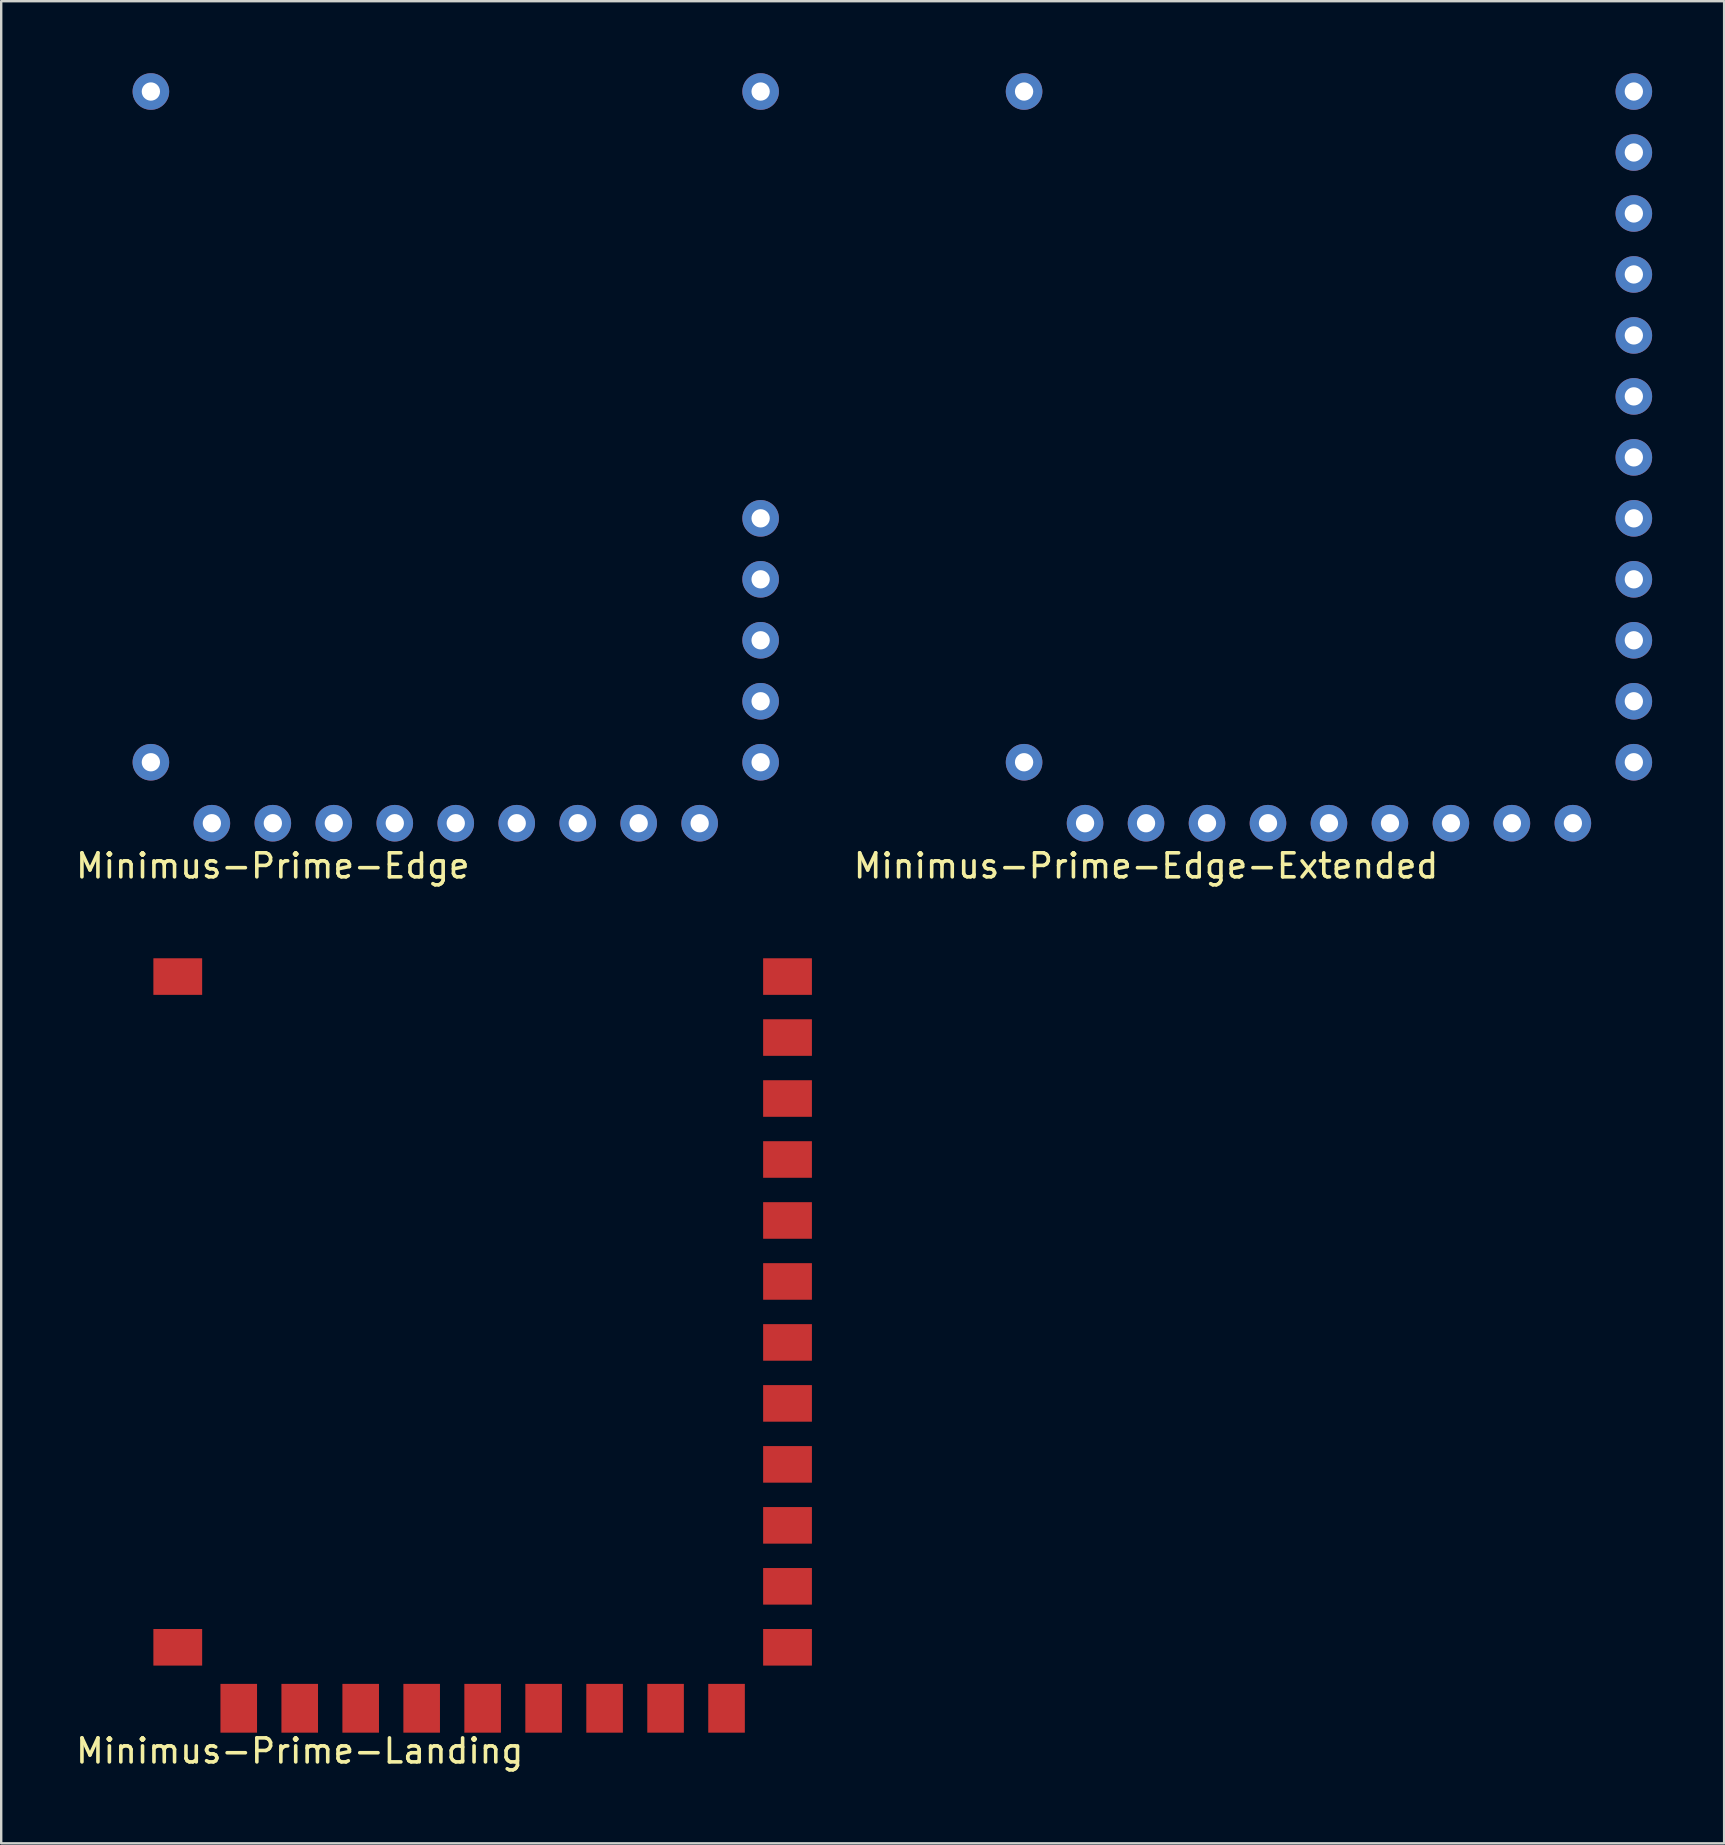
<source format=kicad_pcb>
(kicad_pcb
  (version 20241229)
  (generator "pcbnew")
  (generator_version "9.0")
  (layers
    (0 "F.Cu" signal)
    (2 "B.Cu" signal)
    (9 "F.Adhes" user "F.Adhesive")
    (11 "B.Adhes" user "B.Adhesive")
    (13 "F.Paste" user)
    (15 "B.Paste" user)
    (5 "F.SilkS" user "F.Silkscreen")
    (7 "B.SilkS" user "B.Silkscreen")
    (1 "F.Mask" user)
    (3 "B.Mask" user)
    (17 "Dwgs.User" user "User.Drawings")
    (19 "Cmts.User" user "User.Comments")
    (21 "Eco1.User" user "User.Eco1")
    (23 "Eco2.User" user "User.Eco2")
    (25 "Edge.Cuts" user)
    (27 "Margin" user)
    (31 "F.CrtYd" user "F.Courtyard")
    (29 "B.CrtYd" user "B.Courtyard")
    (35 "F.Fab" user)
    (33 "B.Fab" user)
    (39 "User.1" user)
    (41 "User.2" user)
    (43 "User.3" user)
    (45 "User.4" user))
  (footprint "Minimus-Prime-Edge"
    (layer "F.Cu")
    (at 5.775 31.242)
    (property "Reference" "Minimus-Prime-Edge" (at 2.54 1.778 0) (layer "F.SilkS") (effects (font (size 1 1) (thickness 0.15))))
    (attr through_hole)
    (pad "1" thru_hole circle (at -2.54 -2.54) (size 1.524 1.524) (drill 0.762) (layers "*.Cu" "*.Mask"))
    (pad "2" thru_hole circle (at 0 0) (size 1.524 1.524) (drill 0.762) (layers "*.Cu" "*.Mask"))
    (pad "3" thru_hole circle (at 2.54 0) (size 1.524 1.524) (drill 0.762) (layers "*.Cu" "*.Mask"))
    (pad "4" thru_hole circle (at 5.08 0) (size 1.524 1.524) (drill 0.762) (layers "*.Cu" "*.Mask"))
    (pad "5" thru_hole circle (at 7.62 0) (size 1.524 1.524) (drill 0.762) (layers "*.Cu" "*.Mask"))
    (pad "6" thru_hole circle (at 10.16 0) (size 1.524 1.524) (drill 0.762) (layers "*.Cu" "*.Mask"))
    (pad "7" thru_hole circle (at 12.7 0) (size 1.524 1.524) (drill 0.762) (layers "*.Cu" "*.Mask"))
    (pad "8" thru_hole circle (at 15.24 0) (size 1.524 1.524) (drill 0.762) (layers "*.Cu" "*.Mask"))
    (pad "9" thru_hole circle (at 17.78 0) (size 1.524 1.524) (drill 0.762) (layers "*.Cu" "*.Mask"))
    (pad "10" thru_hole circle (at 20.32 0) (size 1.524 1.524) (drill 0.762) (layers "*.Cu" "*.Mask"))
    (pad "11" thru_hole circle (at 22.86 -2.54) (size 1.524 1.524) (drill 0.762) (layers "*.Cu" "*.Mask"))
    (pad "12" thru_hole circle (at 22.86 -5.08) (size 1.524 1.524) (drill 0.762) (layers "*.Cu" "*.Mask"))
    (pad "13" thru_hole circle (at 22.86 -7.62) (size 1.524 1.524) (drill 0.762) (layers "*.Cu" "*.Mask"))
    (pad "14" thru_hole circle (at 22.86 -10.16) (size 1.524 1.524) (drill 0.762) (layers "*.Cu" "*.Mask"))
    (pad "15" thru_hole circle (at 22.86 -12.7) (size 1.524 1.524) (drill 0.762) (layers "*.Cu" "*.Mask"))
    (pad "16" thru_hole circle (at 22.86 -30.48) (size 1.524 1.524) (drill 0.762) (layers "*.Cu" "*.Mask"))
    (pad "17" thru_hole circle (at -2.54 -30.48) (size 1.524 1.524) (drill 0.762) (layers "*.Cu" "*.Mask")))
  (footprint "Minimus-Prime-Edge-Extended"
    (layer "F.Cu")
    (at 42.149 31.242)
    (property "Reference" "Minimus-Prime-Edge-Extended" (at 2.54 1.778 0) (layer "F.SilkS") (effects (font (size 1 1) (thickness 0.15))))
    (attr through_hole)
    (pad "1" thru_hole circle (at -2.54 -2.54) (size 1.524 1.524) (drill 0.762) (layers "*.Cu" "*.Mask"))
    (pad "2" thru_hole circle (at 0 0) (size 1.524 1.524) (drill 0.762) (layers "*.Cu" "*.Mask"))
    (pad "3" thru_hole circle (at 2.54 0) (size 1.524 1.524) (drill 0.762) (layers "*.Cu" "*.Mask"))
    (pad "4" thru_hole circle (at 5.08 0) (size 1.524 1.524) (drill 0.762) (layers "*.Cu" "*.Mask"))
    (pad "5" thru_hole circle (at 7.62 0) (size 1.524 1.524) (drill 0.762) (layers "*.Cu" "*.Mask"))
    (pad "6" thru_hole circle (at 10.16 0) (size 1.524 1.524) (drill 0.762) (layers "*.Cu" "*.Mask"))
    (pad "7" thru_hole circle (at 12.7 0) (size 1.524 1.524) (drill 0.762) (layers "*.Cu" "*.Mask"))
    (pad "8" thru_hole circle (at 15.24 0) (size 1.524 1.524) (drill 0.762) (layers "*.Cu" "*.Mask"))
    (pad "9" thru_hole circle (at 17.78 0) (size 1.524 1.524) (drill 0.762) (layers "*.Cu" "*.Mask"))
    (pad "10" thru_hole circle (at 20.32 0) (size 1.524 1.524) (drill 0.762) (layers "*.Cu" "*.Mask"))
    (pad "11" thru_hole circle (at 22.86 -2.54) (size 1.524 1.524) (drill 0.762) (layers "*.Cu" "*.Mask"))
    (pad "12" thru_hole circle (at 22.86 -5.08) (size 1.524 1.524) (drill 0.762) (layers "*.Cu" "*.Mask"))
    (pad "13" thru_hole circle (at 22.86 -7.62) (size 1.524 1.524) (drill 0.762) (layers "*.Cu" "*.Mask"))
    (pad "14" thru_hole circle (at 22.86 -10.16) (size 1.524 1.524) (drill 0.762) (layers "*.Cu" "*.Mask"))
    (pad "15" thru_hole circle (at 22.86 -12.7) (size 1.524 1.524) (drill 0.762) (layers "*.Cu" "*.Mask"))
    (pad "16" thru_hole circle (at 22.86 -15.24) (size 1.524 1.524) (drill 0.762) (layers "*.Cu" "*.Mask"))
    (pad "17" thru_hole circle (at 22.86 -17.78) (size 1.524 1.524) (drill 0.762) (layers "*.Cu" "*.Mask"))
    (pad "18" thru_hole circle (at 22.86 -20.32) (size 1.524 1.524) (drill 0.762) (layers "*.Cu" "*.Mask"))
    (pad "19" thru_hole circle (at 22.86 -22.86) (size 1.524 1.524) (drill 0.762) (layers "*.Cu" "*.Mask"))
    (pad "20" thru_hole circle (at 22.86 -25.4) (size 1.524 1.524) (drill 0.762) (layers "*.Cu" "*.Mask"))
    (pad "21" thru_hole circle (at 22.86 -27.94) (size 1.524 1.524) (drill 0.762) (layers "*.Cu" "*.Mask"))
    (pad "22" thru_hole circle (at 22.86 -30.48) (size 1.524 1.524) (drill 0.762) (layers "*.Cu" "*.Mask"))
    (pad "23" thru_hole circle (at -2.54 -30.48) (size 1.524 1.524) (drill 0.762) (layers "*.Cu" "*.Mask")))
  (footprint "Minimus-Prime-Landing"
    (layer "F.Cu")
    (at 6.895 68.11)
    (property "Reference" "Minimus-Prime-Landing" (at 2.54 1.778 0) (layer "F.SilkS") (effects (font (size 1 1) (thickness 0.15))))
    (attr through_hole)
    (pad "1" smd rect (at -2.54 -2.54) (size 2.032 1.524) (layers "F.Cu" "F.Mask" "F.Paste"))
    (pad "2" smd rect (at 0 0) (size 1.524 2.032) (layers "F.Cu" "F.Mask" "F.Paste"))
    (pad "3" smd rect (at 2.54 0) (size 1.524 2.032) (layers "F.Cu" "F.Mask" "F.Paste"))
    (pad "4" smd rect (at 5.08 0) (size 1.524 2.032) (layers "F.Cu" "F.Mask" "F.Paste"))
    (pad "5" smd rect (at 7.62 0) (size 1.524 2.032) (layers "F.Cu" "F.Mask" "F.Paste"))
    (pad "6" smd rect (at 10.16 0) (size 1.524 2.032) (layers "F.Cu" "F.Mask" "F.Paste"))
    (pad "7" smd rect (at 12.7 0) (size 1.524 2.032) (layers "F.Cu" "F.Mask" "F.Paste"))
    (pad "8" smd rect (at 15.24 0) (size 1.524 2.032) (layers "F.Cu" "F.Mask" "F.Paste"))
    (pad "9" smd rect (at 17.78 0) (size 1.524 2.032) (layers "F.Cu" "F.Mask" "F.Paste"))
    (pad "10" smd rect (at 20.32 0) (size 1.524 2.032) (layers "F.Cu" "F.Mask" "F.Paste"))
    (pad "11" smd rect (at 22.86 -2.54) (size 2.032 1.524) (layers "F.Cu" "F.Mask" "F.Paste"))
    (pad "12" smd rect (at 22.86 -5.08) (size 2.032 1.524) (layers "F.Cu" "F.Mask" "F.Paste"))
    (pad "13" smd rect (at 22.86 -7.62) (size 2.032 1.524) (layers "F.Cu" "F.Mask" "F.Paste"))
    (pad "14" smd rect (at 22.86 -10.16) (size 2.032 1.524) (layers "F.Cu" "F.Mask" "F.Paste"))
    (pad "15" smd rect (at 22.86 -12.7) (size 2.032 1.524) (layers "F.Cu" "F.Mask" "F.Paste"))
    (pad "16" smd rect (at 22.86 -15.24) (size 2.032 1.524) (layers "F.Cu" "F.Mask" "F.Paste"))
    (pad "17" smd rect (at 22.86 -17.78) (size 2.032 1.524) (layers "F.Cu" "F.Mask" "F.Paste"))
    (pad "18" smd rect (at 22.86 -20.32) (size 2.032 1.524) (layers "F.Cu" "F.Mask" "F.Paste"))
    (pad "19" smd rect (at 22.86 -22.86) (size 2.032 1.524) (layers "F.Cu" "F.Mask" "F.Paste"))
    (pad "20" smd rect (at 22.86 -25.4) (size 2.032 1.524) (layers "F.Cu" "F.Mask" "F.Paste"))
    (pad "21" smd rect (at 22.86 -27.94) (size 2.032 1.524) (layers "F.Cu" "F.Mask" "F.Paste"))
    (pad "22" smd rect (at 22.86 -30.48) (size 2.032 1.524) (layers "F.Cu" "F.Mask" "F.Paste"))
    (pad "23" smd rect (at -2.54 -30.48) (size 2.032 1.524) (layers "F.Cu" "F.Mask" "F.Paste")))
  (gr_rect
    (start -3 -3)
    (end 68.771 73.737)
    (stroke (width 0.1) (type default))
    (fill no)
    (layer "Edge.Cuts")))
</source>
